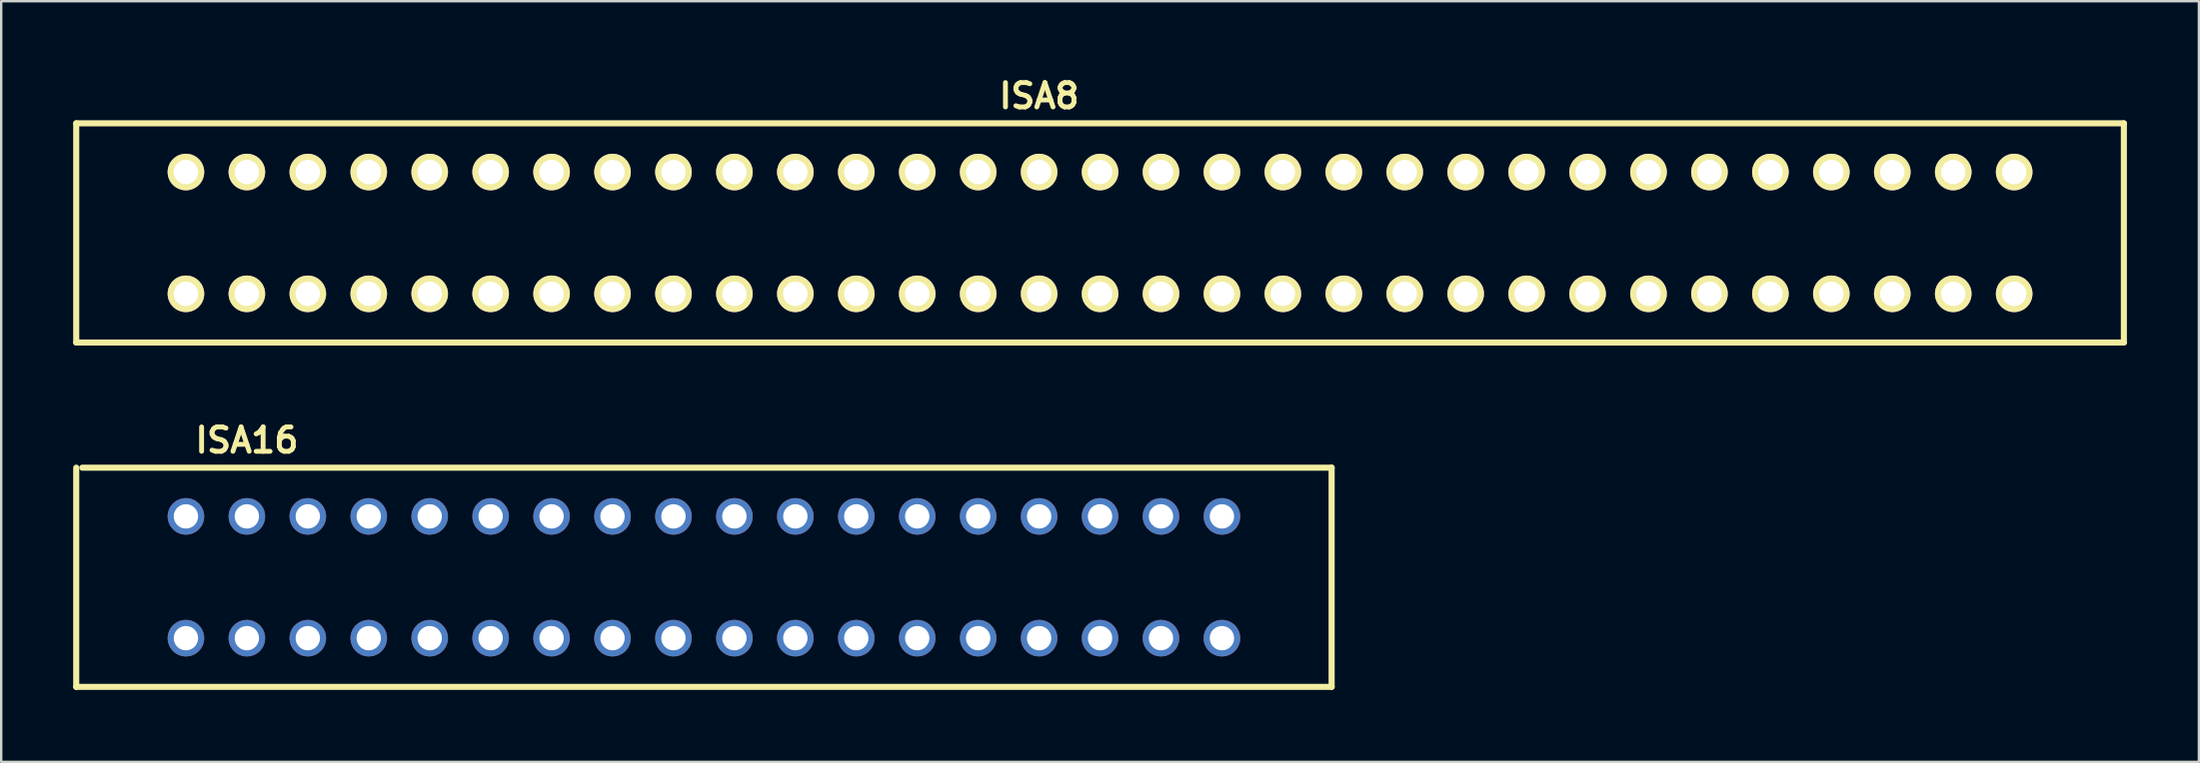
<source format=kicad_pcb>
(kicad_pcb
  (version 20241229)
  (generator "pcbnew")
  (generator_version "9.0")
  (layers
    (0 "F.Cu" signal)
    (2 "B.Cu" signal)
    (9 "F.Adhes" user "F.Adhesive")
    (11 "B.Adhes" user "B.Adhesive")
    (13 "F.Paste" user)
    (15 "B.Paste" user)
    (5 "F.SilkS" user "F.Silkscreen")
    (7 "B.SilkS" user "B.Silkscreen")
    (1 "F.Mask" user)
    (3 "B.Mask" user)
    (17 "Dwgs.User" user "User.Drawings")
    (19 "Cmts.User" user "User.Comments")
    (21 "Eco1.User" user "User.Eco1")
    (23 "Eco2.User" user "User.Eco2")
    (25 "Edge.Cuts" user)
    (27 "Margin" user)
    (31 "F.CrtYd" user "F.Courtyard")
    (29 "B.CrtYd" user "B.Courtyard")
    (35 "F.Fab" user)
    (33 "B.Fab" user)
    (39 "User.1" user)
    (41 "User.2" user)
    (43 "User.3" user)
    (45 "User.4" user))
  (footprint "ISA16"
    (layer "F.Cu")
    (at 26.289 21.031)
    (property "Reference" "ISA16" (at -19.05 -5.715 0) (layer "F.SilkS") (effects (font (size 1.016 1.016) (thickness 0.203))))
    (attr through_hole)
    (fp_line (start -26.162 -4.572) (end -26.162 4.572) (stroke (width 0.254) (type solid)) (layer "F.SilkS"))
    (fp_line (start -25.908 -4.572) (end 26.162 -4.572) (stroke (width 0.254) (type solid)) (layer "F.SilkS"))
    (fp_line (start 26.162 -4.572) (end 26.162 4.572) (stroke (width 0.254) (type solid)) (layer "F.SilkS"))
    (fp_line (start 26.162 4.572) (end -26.162 4.572) (stroke (width 0.254) (type solid)) (layer "F.SilkS"))
    (pad "1" thru_hole circle (at -21.59 2.54 180) (size 1.524 1.524) (drill 1.016) (layers "*.Cu" "*.Mask"))
    (pad "2" thru_hole circle (at -21.59 -2.54 180) (size 1.524 1.524) (drill 1.016) (layers "*.Cu" "*.Mask"))
    (pad "3" thru_hole circle (at -19.05 2.54 180) (size 1.524 1.524) (drill 1.016) (layers "*.Cu" "*.Mask"))
    (pad "4" thru_hole circle (at -19.05 -2.54 180) (size 1.524 1.524) (drill 1.016) (layers "*.Cu" "*.Mask"))
    (pad "5" thru_hole circle (at -16.51 2.54 180) (size 1.524 1.524) (drill 1.016) (layers "*.Cu" "*.Mask"))
    (pad "6" thru_hole circle (at -16.51 -2.54 180) (size 1.524 1.524) (drill 1.016) (layers "*.Cu" "*.Mask"))
    (pad "7" thru_hole circle (at -13.97 2.54 180) (size 1.524 1.524) (drill 1.016) (layers "*.Cu" "*.Mask"))
    (pad "8" thru_hole circle (at -13.97 -2.54 180) (size 1.524 1.524) (drill 1.016) (layers "*.Cu" "*.Mask"))
    (pad "9" thru_hole circle (at -11.43 2.54 180) (size 1.524 1.524) (drill 1.016) (layers "*.Cu" "*.Mask"))
    (pad "10" thru_hole circle (at -11.43 -2.54 180) (size 1.524 1.524) (drill 1.016) (layers "*.Cu" "*.Mask"))
    (pad "11" thru_hole circle (at -8.89 2.54 180) (size 1.524 1.524) (drill 1.016) (layers "*.Cu" "*.Mask"))
    (pad "12" thru_hole circle (at -8.89 -2.54 180) (size 1.524 1.524) (drill 1.016) (layers "*.Cu" "*.Mask"))
    (pad "13" thru_hole circle (at -6.35 2.54 180) (size 1.524 1.524) (drill 1.016) (layers "*.Cu" "*.Mask"))
    (pad "14" thru_hole circle (at -6.35 -2.54 180) (size 1.524 1.524) (drill 1.016) (layers "*.Cu" "*.Mask"))
    (pad "15" thru_hole circle (at -3.81 2.54 180) (size 1.524 1.524) (drill 1.016) (layers "*.Cu" "*.Mask"))
    (pad "16" thru_hole circle (at -3.81 -2.54 180) (size 1.524 1.524) (drill 1.016) (layers "*.Cu" "*.Mask"))
    (pad "17" thru_hole circle (at -1.27 2.54 180) (size 1.524 1.524) (drill 1.016) (layers "*.Cu" "*.Mask"))
    (pad "18" thru_hole circle (at -1.27 -2.54 180) (size 1.524 1.524) (drill 1.016) (layers "*.Cu" "*.Mask"))
    (pad "19" thru_hole circle (at 1.27 2.54 180) (size 1.524 1.524) (drill 1.016) (layers "*.Cu" "*.Mask"))
    (pad "20" thru_hole circle (at 1.27 -2.54 180) (size 1.524 1.524) (drill 1.016) (layers "*.Cu" "*.Mask"))
    (pad "21" thru_hole circle (at 3.81 2.54 180) (size 1.524 1.524) (drill 1.016) (layers "*.Cu" "*.Mask"))
    (pad "22" thru_hole circle (at 3.81 -2.54 180) (size 1.524 1.524) (drill 1.016) (layers "*.Cu" "*.Mask"))
    (pad "23" thru_hole circle (at 6.35 2.54 180) (size 1.524 1.524) (drill 1.016) (layers "*.Cu" "*.Mask"))
    (pad "24" thru_hole circle (at 6.35 -2.54 180) (size 1.524 1.524) (drill 1.016) (layers "*.Cu" "*.Mask"))
    (pad "25" thru_hole circle (at 8.89 2.54 180) (size 1.524 1.524) (drill 1.016) (layers "*.Cu" "*.Mask"))
    (pad "26" thru_hole circle (at 8.89 -2.54 180) (size 1.524 1.524) (drill 1.016) (layers "*.Cu" "*.Mask"))
    (pad "27" thru_hole circle (at 11.43 2.54 180) (size 1.524 1.524) (drill 1.016) (layers "*.Cu" "*.Mask"))
    (pad "28" thru_hole circle (at 11.43 -2.54 180) (size 1.524 1.524) (drill 1.016) (layers "*.Cu" "*.Mask"))
    (pad "29" thru_hole circle (at 13.97 2.54 180) (size 1.524 1.524) (drill 1.016) (layers "*.Cu" "*.Mask"))
    (pad "30" thru_hole circle (at 13.97 -2.54 180) (size 1.524 1.524) (drill 1.016) (layers "*.Cu" "*.Mask"))
    (pad "31" thru_hole circle (at 16.51 2.54 180) (size 1.524 1.524) (drill 1.016) (layers "*.Cu" "*.Mask"))
    (pad "32" thru_hole circle (at 16.51 -2.54 180) (size 1.524 1.524) (drill 1.016) (layers "*.Cu" "*.Mask"))
    (pad "33" thru_hole circle (at 19.05 2.54 180) (size 1.524 1.524) (drill 1.016) (layers "*.Cu" "*.Mask"))
    (pad "34" thru_hole circle (at 19.05 -2.54 180) (size 1.524 1.524) (drill 1.016) (layers "*.Cu" "*.Mask"))
    (pad "35" thru_hole circle (at 21.59 2.54 180) (size 1.524 1.524) (drill 1.016) (layers "*.Cu" "*.Mask"))
    (pad "36" thru_hole circle (at 21.59 -2.54 180) (size 1.524 1.524) (drill 1.016) (layers "*.Cu" "*.Mask")))
  (footprint "ISA8"
    (layer "F.Cu")
    (at 42.799 6.666)
    (property "Reference" "ISA8" (at -2.54 -5.715 0) (layer "F.SilkS") (effects (font (size 1.016 1.016) (thickness 0.203))))
    (attr through_hole)
    (fp_line (start -42.672 -4.572) (end 42.672 -4.572) (stroke (width 0.254) (type solid)) (layer "F.SilkS"))
    (fp_line (start -42.672 4.572) (end -42.672 -4.572) (stroke (width 0.254) (type solid)) (layer "F.SilkS"))
    (fp_line (start 42.672 -4.572) (end 42.672 4.572) (stroke (width 0.254) (type solid)) (layer "F.SilkS"))
    (fp_line (start 42.672 4.572) (end -42.672 4.572) (stroke (width 0.254) (type solid)) (layer "F.SilkS"))
    (pad "1" thru_hole circle (at -38.1 2.54 180) (size 1.524 1.524) (drill 1.016) (layers "*.Cu" "*.Mask" "F.SilkS"))
    (pad "2" thru_hole circle (at -38.1 -2.54 180) (size 1.524 1.524) (drill 1.016) (layers "*.Cu" "*.Mask" "F.SilkS"))
    (pad "3" thru_hole circle (at -35.56 2.54 180) (size 1.524 1.524) (drill 1.016) (layers "*.Cu" "*.Mask" "F.SilkS"))
    (pad "4" thru_hole circle (at -35.56 -2.54 180) (size 1.524 1.524) (drill 1.016) (layers "*.Cu" "*.Mask" "F.SilkS"))
    (pad "5" thru_hole circle (at -33.02 2.54 180) (size 1.524 1.524) (drill 1.016) (layers "*.Cu" "*.Mask" "F.SilkS"))
    (pad "6" thru_hole circle (at -33.02 -2.54 180) (size 1.524 1.524) (drill 1.016) (layers "*.Cu" "*.Mask" "F.SilkS"))
    (pad "7" thru_hole circle (at -30.48 2.54 180) (size 1.524 1.524) (drill 1.016) (layers "*.Cu" "*.Mask" "F.SilkS"))
    (pad "8" thru_hole circle (at -30.48 -2.54 180) (size 1.524 1.524) (drill 1.016) (layers "*.Cu" "*.Mask" "F.SilkS"))
    (pad "9" thru_hole circle (at -27.94 2.54 180) (size 1.524 1.524) (drill 1.016) (layers "*.Cu" "*.Mask" "F.SilkS"))
    (pad "10" thru_hole circle (at -27.94 -2.54 180) (size 1.524 1.524) (drill 1.016) (layers "*.Cu" "*.Mask" "F.SilkS"))
    (pad "11" thru_hole circle (at -25.4 2.54 180) (size 1.524 1.524) (drill 1.016) (layers "*.Cu" "*.Mask" "F.SilkS"))
    (pad "12" thru_hole circle (at -25.4 -2.54 180) (size 1.524 1.524) (drill 1.016) (layers "*.Cu" "*.Mask" "F.SilkS"))
    (pad "13" thru_hole circle (at -22.86 2.54 180) (size 1.524 1.524) (drill 1.016) (layers "*.Cu" "*.Mask" "F.SilkS"))
    (pad "14" thru_hole circle (at -22.86 -2.54 180) (size 1.524 1.524) (drill 1.016) (layers "*.Cu" "*.Mask" "F.SilkS"))
    (pad "15" thru_hole circle (at -20.32 2.54 180) (size 1.524 1.524) (drill 1.016) (layers "*.Cu" "*.Mask" "F.SilkS"))
    (pad "16" thru_hole circle (at -20.32 -2.54 180) (size 1.524 1.524) (drill 1.016) (layers "*.Cu" "*.Mask" "F.SilkS"))
    (pad "17" thru_hole circle (at -17.78 2.54 180) (size 1.524 1.524) (drill 1.016) (layers "*.Cu" "*.Mask" "F.SilkS"))
    (pad "18" thru_hole circle (at -17.78 -2.54 180) (size 1.524 1.524) (drill 1.016) (layers "*.Cu" "*.Mask" "F.SilkS"))
    (pad "19" thru_hole circle (at -15.24 2.54 180) (size 1.524 1.524) (drill 1.016) (layers "*.Cu" "*.Mask" "F.SilkS"))
    (pad "20" thru_hole circle (at -15.24 -2.54 180) (size 1.524 1.524) (drill 1.016) (layers "*.Cu" "*.Mask" "F.SilkS"))
    (pad "21" thru_hole circle (at -12.7 2.54 180) (size 1.524 1.524) (drill 1.016) (layers "*.Cu" "*.Mask" "F.SilkS"))
    (pad "22" thru_hole circle (at -12.7 -2.54 180) (size 1.524 1.524) (drill 1.016) (layers "*.Cu" "*.Mask" "F.SilkS"))
    (pad "23" thru_hole circle (at -10.16 2.54 180) (size 1.524 1.524) (drill 1.016) (layers "*.Cu" "*.Mask" "F.SilkS"))
    (pad "24" thru_hole circle (at -10.16 -2.54 180) (size 1.524 1.524) (drill 1.016) (layers "*.Cu" "*.Mask" "F.SilkS"))
    (pad "25" thru_hole circle (at -7.62 2.54 180) (size 1.524 1.524) (drill 1.016) (layers "*.Cu" "*.Mask" "F.SilkS"))
    (pad "26" thru_hole circle (at -7.62 -2.54 180) (size 1.524 1.524) (drill 1.016) (layers "*.Cu" "*.Mask" "F.SilkS"))
    (pad "27" thru_hole circle (at -5.08 2.54 180) (size 1.524 1.524) (drill 1.016) (layers "*.Cu" "*.Mask" "F.SilkS"))
    (pad "28" thru_hole circle (at -5.08 -2.54 180) (size 1.524 1.524) (drill 1.016) (layers "*.Cu" "*.Mask" "F.SilkS"))
    (pad "29" thru_hole circle (at -2.54 2.54 180) (size 1.524 1.524) (drill 1.016) (layers "*.Cu" "*.Mask" "F.SilkS"))
    (pad "30" thru_hole circle (at -2.54 -2.54 180) (size 1.524 1.524) (drill 1.016) (layers "*.Cu" "*.Mask" "F.SilkS"))
    (pad "31" thru_hole circle (at 0 2.54 180) (size 1.524 1.524) (drill 1.016) (layers "*.Cu" "*.Mask" "F.SilkS"))
    (pad "32" thru_hole circle (at 0 -2.54 180) (size 1.524 1.524) (drill 1.016) (layers "*.Cu" "*.Mask" "F.SilkS"))
    (pad "33" thru_hole circle (at 2.54 2.54 180) (size 1.524 1.524) (drill 1.016) (layers "*.Cu" "*.Mask" "F.SilkS"))
    (pad "34" thru_hole circle (at 2.54 -2.54 180) (size 1.524 1.524) (drill 1.016) (layers "*.Cu" "*.Mask" "F.SilkS"))
    (pad "35" thru_hole circle (at 5.08 2.54 180) (size 1.524 1.524) (drill 1.016) (layers "*.Cu" "*.Mask" "F.SilkS"))
    (pad "36" thru_hole circle (at 5.08 -2.54 180) (size 1.524 1.524) (drill 1.016) (layers "*.Cu" "*.Mask" "F.SilkS"))
    (pad "37" thru_hole circle (at 7.62 2.54 180) (size 1.524 1.524) (drill 1.016) (layers "*.Cu" "*.Mask" "F.SilkS"))
    (pad "38" thru_hole circle (at 7.62 -2.54 180) (size 1.524 1.524) (drill 1.016) (layers "*.Cu" "*.Mask" "F.SilkS"))
    (pad "39" thru_hole circle (at 10.16 2.54 180) (size 1.524 1.524) (drill 1.016) (layers "*.Cu" "*.Mask" "F.SilkS"))
    (pad "40" thru_hole circle (at 10.16 -2.54 180) (size 1.524 1.524) (drill 1.016) (layers "*.Cu" "*.Mask" "F.SilkS"))
    (pad "41" thru_hole circle (at 12.7 2.54 180) (size 1.524 1.524) (drill 1.016) (layers "*.Cu" "*.Mask" "F.SilkS"))
    (pad "42" thru_hole circle (at 12.7 -2.54 180) (size 1.524 1.524) (drill 1.016) (layers "*.Cu" "*.Mask" "F.SilkS"))
    (pad "43" thru_hole circle (at 15.24 2.54 180) (size 1.524 1.524) (drill 1.016) (layers "*.Cu" "*.Mask" "F.SilkS"))
    (pad "44" thru_hole circle (at 15.24 -2.54 180) (size 1.524 1.524) (drill 1.016) (layers "*.Cu" "*.Mask" "F.SilkS"))
    (pad "45" thru_hole circle (at 17.78 2.54 180) (size 1.524 1.524) (drill 1.016) (layers "*.Cu" "*.Mask" "F.SilkS"))
    (pad "46" thru_hole circle (at 17.78 -2.54 180) (size 1.524 1.524) (drill 1.016) (layers "*.Cu" "*.Mask" "F.SilkS"))
    (pad "47" thru_hole circle (at 20.32 2.54 180) (size 1.524 1.524) (drill 1.016) (layers "*.Cu" "*.Mask" "F.SilkS"))
    (pad "48" thru_hole circle (at 20.32 -2.54 180) (size 1.524 1.524) (drill 1.016) (layers "*.Cu" "*.Mask" "F.SilkS"))
    (pad "49" thru_hole circle (at 22.86 2.54 180) (size 1.524 1.524) (drill 1.016) (layers "*.Cu" "*.Mask" "F.SilkS"))
    (pad "50" thru_hole circle (at 22.86 -2.54 180) (size 1.524 1.524) (drill 1.016) (layers "*.Cu" "*.Mask" "F.SilkS"))
    (pad "51" thru_hole circle (at 25.4 2.54 180) (size 1.524 1.524) (drill 1.016) (layers "*.Cu" "*.Mask" "F.SilkS"))
    (pad "52" thru_hole circle (at 25.4 -2.54 180) (size 1.524 1.524) (drill 1.016) (layers "*.Cu" "*.Mask" "F.SilkS"))
    (pad "53" thru_hole circle (at 27.94 2.54 180) (size 1.524 1.524) (drill 1.016) (layers "*.Cu" "*.Mask" "F.SilkS"))
    (pad "54" thru_hole circle (at 27.94 -2.54 180) (size 1.524 1.524) (drill 1.016) (layers "*.Cu" "*.Mask" "F.SilkS"))
    (pad "55" thru_hole circle (at 30.48 2.54 180) (size 1.524 1.524) (drill 1.016) (layers "*.Cu" "*.Mask" "F.SilkS"))
    (pad "56" thru_hole circle (at 30.48 -2.54 180) (size 1.524 1.524) (drill 1.016) (layers "*.Cu" "*.Mask" "F.SilkS"))
    (pad "57" thru_hole circle (at 33.02 2.54 180) (size 1.524 1.524) (drill 1.016) (layers "*.Cu" "*.Mask" "F.SilkS"))
    (pad "58" thru_hole circle (at 33.02 -2.54 180) (size 1.524 1.524) (drill 1.016) (layers "*.Cu" "*.Mask" "F.SilkS"))
    (pad "59" thru_hole circle (at 35.56 2.54 180) (size 1.524 1.524) (drill 1.016) (layers "*.Cu" "*.Mask" "F.SilkS"))
    (pad "60" thru_hole circle (at 35.56 -2.54 180) (size 1.524 1.524) (drill 1.016) (layers "*.Cu" "*.Mask" "F.SilkS"))
    (pad "61" thru_hole circle (at 38.1 2.54 180) (size 1.524 1.524) (drill 1.016) (layers "*.Cu" "*.Mask" "F.SilkS"))
    (pad "62" thru_hole circle (at 38.1 -2.54 180) (size 1.524 1.524) (drill 1.016) (layers "*.Cu" "*.Mask" "F.SilkS")))
  (gr_rect
    (start -3 -3)
    (end 88.598 28.73)
    (stroke (width 0.1) (type default))
    (fill no)
    (layer "Edge.Cuts")))
</source>
